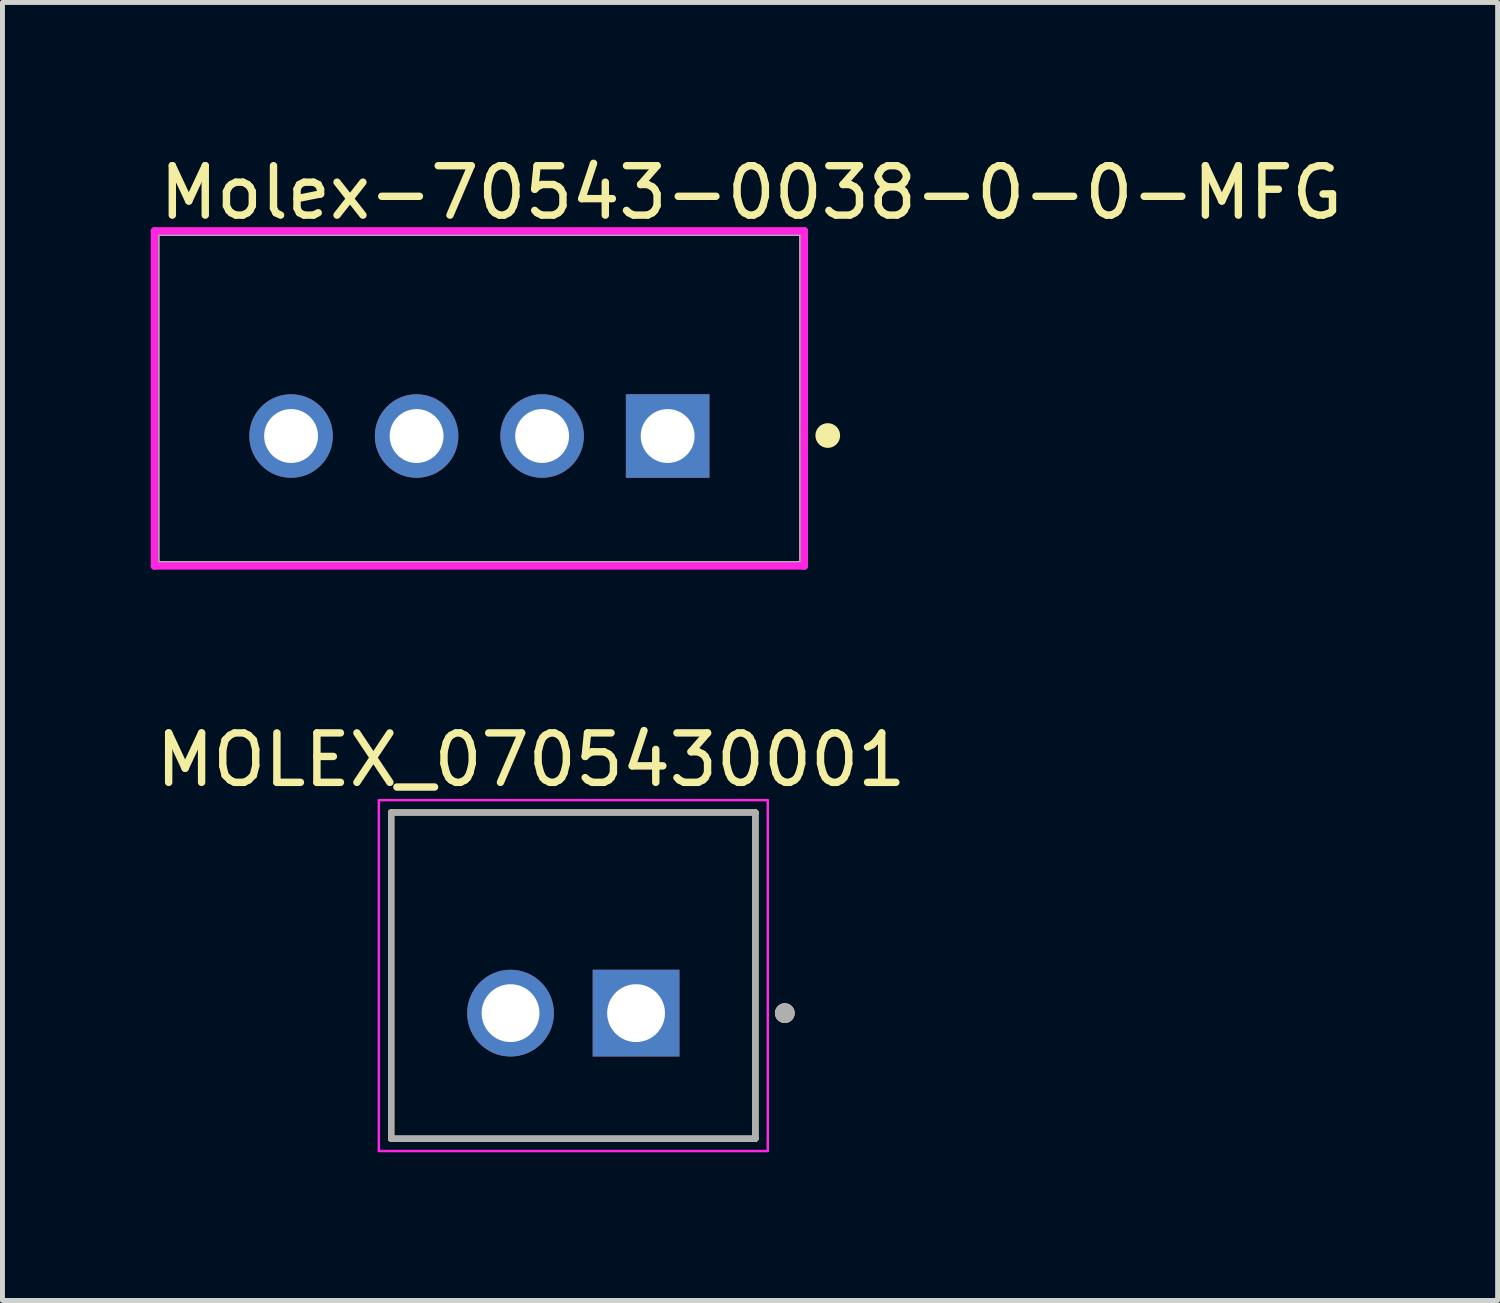
<source format=kicad_pcb>
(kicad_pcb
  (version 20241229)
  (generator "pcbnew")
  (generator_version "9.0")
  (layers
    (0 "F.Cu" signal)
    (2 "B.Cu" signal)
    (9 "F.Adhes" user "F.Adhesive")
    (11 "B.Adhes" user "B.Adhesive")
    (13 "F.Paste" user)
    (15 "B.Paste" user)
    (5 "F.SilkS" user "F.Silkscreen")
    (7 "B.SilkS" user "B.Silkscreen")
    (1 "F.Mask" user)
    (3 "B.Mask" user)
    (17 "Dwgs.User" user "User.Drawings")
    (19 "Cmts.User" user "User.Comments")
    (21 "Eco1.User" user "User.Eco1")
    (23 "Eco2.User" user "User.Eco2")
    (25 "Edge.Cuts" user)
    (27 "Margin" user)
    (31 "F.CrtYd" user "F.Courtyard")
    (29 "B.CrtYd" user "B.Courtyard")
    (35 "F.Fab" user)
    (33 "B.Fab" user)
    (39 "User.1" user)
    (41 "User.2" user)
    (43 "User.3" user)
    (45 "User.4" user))
  (footprint "Molex-70543-0038-0-0-MFG"
    (layer "F.Cu")
    (at 6.65 5.013)
    (property "Reference" "Molex-70543-0038-0-0-MFG" (at -6.55 -4.165 0) (layer "F.SilkS") (effects (font (size 1 1) (thickness 0.15)) (justify left)))
    (attr through_hole)
    (fp_line (start -6.55 -3.365) (end 6.55 -3.365) (stroke (width 0.15) (type solid)) (layer "F.SilkS"))
    (fp_line (start -6.55 3.365) (end -6.55 -3.365) (stroke (width 0.15) (type solid)) (layer "F.SilkS"))
    (fp_line (start -6.55 3.365) (end 6.55 3.365) (stroke (width 0.15) (type solid)) (layer "F.SilkS"))
    (fp_line (start 6.55 3.365) (end 6.55 -3.365) (stroke (width 0.15) (type solid)) (layer "F.SilkS"))
    (fp_circle (center 7.05 0.75) (end 7.175 0.75) (stroke (width 0.25) (type solid)) (fill no) (layer "F.SilkS"))
    (fp_line (start -6.575 -3.39) (end -6.575 3.39) (stroke (width 0.15) (type solid)) (layer "F.CrtYd"))
    (fp_line (start -6.575 3.39) (end 6.575 3.39) (stroke (width 0.15) (type solid)) (layer "F.CrtYd"))
    (fp_line (start 6.575 -3.39) (end -6.575 -3.39) (stroke (width 0.15) (type solid)) (layer "F.CrtYd"))
    (fp_line (start 6.575 -3.39) (end 6.575 -3.39) (stroke (width 0.15) (type solid)) (layer "F.CrtYd"))
    (fp_line (start 6.575 3.39) (end 6.575 -3.39) (stroke (width 0.15) (type solid)) (layer "F.CrtYd"))
    (fp_line (start -6.55 -3.365) (end 6.55 -3.365) (stroke (width 0.15) (type solid)) (layer "F.Fab"))
    (fp_line (start -6.55 3.365) (end -6.55 -3.365) (stroke (width 0.15) (type solid)) (layer "F.Fab"))
    (fp_line (start 6.55 -3.365) (end 6.55 3.365) (stroke (width 0.15) (type solid)) (layer "F.Fab"))
    (fp_line (start 6.55 3.365) (end -6.55 3.365) (stroke (width 0.15) (type solid)) (layer "F.Fab"))
    (pad "1" thru_hole rect (at 3.81 0.76) (size 1.69 1.69) (drill 1.09) (layers "*.Cu"))
    (pad "2" thru_hole circle (at 1.27 0.76) (size 1.69 1.69) (drill 1.09) (layers "*.Cu"))
    (pad "3" thru_hole circle (at -1.27 0.76) (size 1.69 1.69) (drill 1.09) (layers "*.Cu"))
    (pad "4" thru_hole circle (at -3.81 0.76) (size 1.69 1.69) (drill 1.09) (layers "*.Cu")))
  (footprint "MOLEX_0705430001"
    (layer "F.Cu")
    (at 8.551 17.451)
    (property "Reference" "MOLEX_0705430001" (at -0.855 -5.125 0) (layer "F.SilkS") (effects (font (size 1 1) (thickness 0.15))))
    (attr through_hole)
    (fp_line (start -3.685 -4.06) (end 3.685 -4.06) (stroke (width 0.127) (type solid)) (layer "F.SilkS"))
    (fp_line (start -3.685 2.54) (end -3.685 -4.06) (stroke (width 0.127) (type solid)) (layer "F.SilkS"))
    (fp_line (start 3.685 -4.06) (end 3.685 2.54) (stroke (width 0.127) (type solid)) (layer "F.SilkS"))
    (fp_line (start 3.685 2.54) (end -3.685 2.54) (stroke (width 0.127) (type solid)) (layer "F.SilkS"))
    (fp_circle (center 4.28 0) (end 4.38 0) (stroke (width 0.2) (type solid)) (fill no) (layer "F.SilkS"))
    (fp_line (start -3.935 -4.31) (end 3.935 -4.31) (stroke (width 0.05) (type solid)) (layer "F.CrtYd"))
    (fp_line (start -3.935 2.79) (end -3.935 -4.31) (stroke (width 0.05) (type solid)) (layer "F.CrtYd"))
    (fp_line (start 3.935 -4.31) (end 3.935 2.79) (stroke (width 0.05) (type solid)) (layer "F.CrtYd"))
    (fp_line (start 3.935 2.79) (end -3.935 2.79) (stroke (width 0.05) (type solid)) (layer "F.CrtYd"))
    (fp_line (start -3.685 -4.06) (end 3.685 -4.06) (stroke (width 0.127) (type solid)) (layer "F.Fab"))
    (fp_line (start -3.685 2.54) (end -3.685 -4.06) (stroke (width 0.127) (type solid)) (layer "F.Fab"))
    (fp_line (start 3.685 -4.06) (end 3.685 2.54) (stroke (width 0.127) (type solid)) (layer "F.Fab"))
    (fp_line (start 3.685 2.54) (end -3.685 2.54) (stroke (width 0.127) (type solid)) (layer "F.Fab"))
    (fp_circle (center 4.28 0) (end 4.38 0) (stroke (width 0.2) (type solid)) (fill no) (layer "F.Fab"))
    (pad "1" thru_hole rect (at 1.27 0) (size 1.755 1.755) (drill 1.17) (layers "*.Cu" "*.Mask"))
    (pad "2" thru_hole circle (at -1.27 0) (size 1.755 1.755) (drill 1.17) (layers "*.Cu" "*.Mask")))
  (gr_rect
    (start -3 -3)
    (end 27.255 23.266)
    (stroke (width 0.1) (type default))
    (fill no)
    (layer "Edge.Cuts")))
</source>
